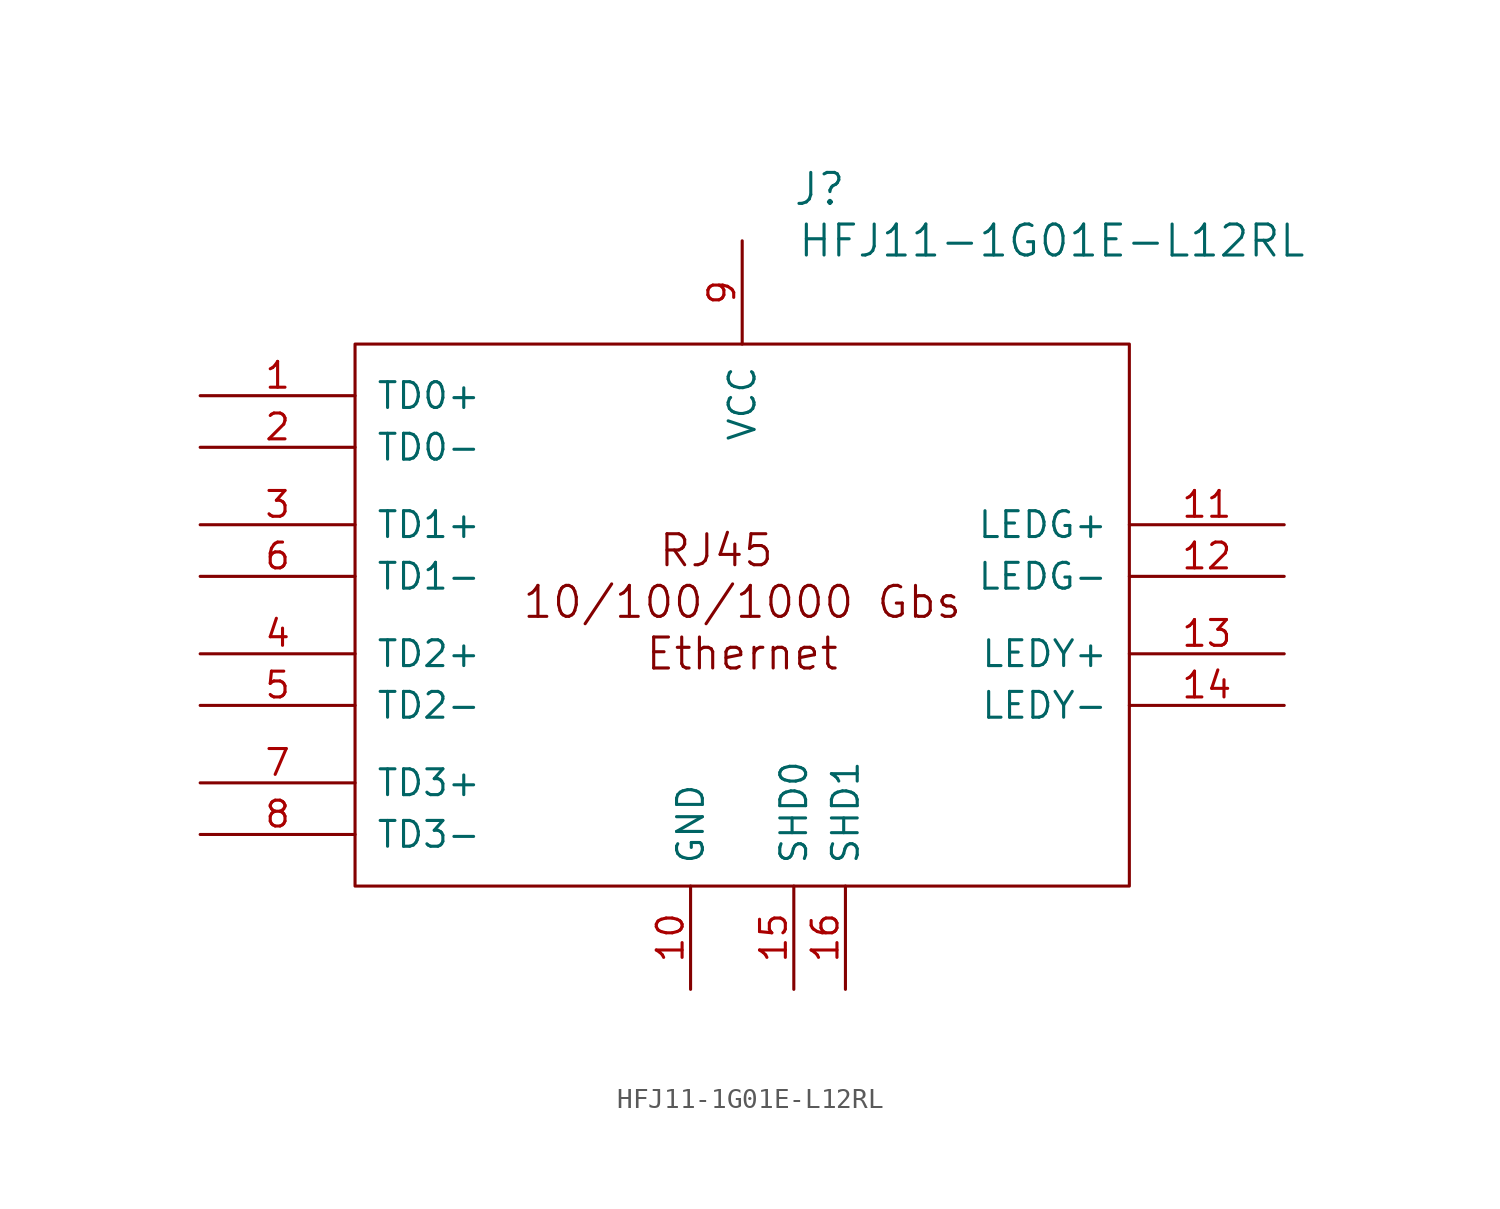
<source format=kicad_sym>
(kicad_symbol_lib
  (version 20211014)
  (generator kicad_symbol_editor)
  (symbol "HFJ11-1G01E-L12RL"
    (pin_names
      (offset 1.016))
    (property "Reference" "J"
      (at 30.48 10.16 0)
      (effects (font (size 1.524 1.524))))
    (property "Value" "HFJ11-1G01E-L12RL"
      (at 41.91 7.62 0)
      (effects (font (size 1.524 1.524))))
    (property "Datasheet" ""
      (at 0 0 0)
      (effects (font (size 1.524 1.524))))
    (property "Height" ""
      (at 0 0 0)
      (effects (font (size 1.27 1.27))))
    (symbol "HFJ11-1G01E-L12RL_0_0"
      (rectangle (start 7.62 2.54) (end 45.72 -24.13) (stroke (width 0) (type default) (color 0 0 0 0)) (fill (type none)))
      (text "10/100/1000 Gbs" (at 26.67 -10.16 0) (effects (font (size 1.524 1.524))))
      (text "Ethernet" (at 26.67 -12.7 0) (effects (font (size 1.524 1.524))))
      (text "RJ45" (at 25.4 -7.62 0) (effects (font (size 1.524 1.524)))))
    (symbol "HFJ11-1G01E-L12RL_1_1"
      (pin passive line (at 0 0 0) (length 7.62) (name "TD0+" (effects (font (size 1.27 1.27)))) (number "1" (effects (font (size 1.27 1.27)))))
      (pin power_out line (at 24.13 -29.21 90) (length 5.08) (name "GND" (effects (font (size 1.27 1.27)))) (number "10" (effects (font (size 1.27 1.27)))))
      (pin passive line (at 53.34 -6.35 180) (length 7.62) (name "LEDG+" (effects (font (size 1.27 1.27)))) (number "11" (effects (font (size 1.27 1.27)))))
      (pin passive line (at 53.34 -8.89 180) (length 7.62) (name "LEDG-" (effects (font (size 1.27 1.27)))) (number "12" (effects (font (size 1.27 1.27)))))
      (pin passive line (at 53.34 -12.7 180) (length 7.62) (name "LEDY+" (effects (font (size 1.27 1.27)))) (number "13" (effects (font (size 1.27 1.27)))))
      (pin passive line (at 53.34 -15.24 180) (length 7.62) (name "LEDY-" (effects (font (size 1.27 1.27)))) (number "14" (effects (font (size 1.27 1.27)))))
      (pin power_out line (at 29.21 -29.21 90) (length 5.08) (name "SHD0" (effects (font (size 1.27 1.27)))) (number "15" (effects (font (size 1.27 1.27)))))
      (pin power_out line (at 31.75 -29.21 90) (length 5.08) (name "SHD1" (effects (font (size 1.27 1.27)))) (number "16" (effects (font (size 1.27 1.27)))))
      (pin passive line (at 0 -2.54 0) (length 7.62) (name "TD0-" (effects (font (size 1.27 1.27)))) (number "2" (effects (font (size 1.27 1.27)))))
      (pin passive line (at 0 -6.35 0) (length 7.62) (name "TD1+" (effects (font (size 1.27 1.27)))) (number "3" (effects (font (size 1.27 1.27)))))
      (pin passive line (at 0 -12.7 0) (length 7.62) (name "TD2+" (effects (font (size 1.27 1.27)))) (number "4" (effects (font (size 1.27 1.27)))))
      (pin passive line (at 0 -15.24 0) (length 7.62) (name "TD2-" (effects (font (size 1.27 1.27)))) (number "5" (effects (font (size 1.27 1.27)))))
      (pin passive line (at 0 -8.89 0) (length 7.62) (name "TD1-" (effects (font (size 1.27 1.27)))) (number "6" (effects (font (size 1.27 1.27)))))
      (pin passive line (at 0 -19.05 0) (length 7.62) (name "TD3+" (effects (font (size 1.27 1.27)))) (number "7" (effects (font (size 1.27 1.27)))))
      (pin passive line (at 0 -21.59 0) (length 7.62) (name "TD3-" (effects (font (size 1.27 1.27)))) (number "8" (effects (font (size 1.27 1.27)))))
      (pin power_out line (at 26.67 7.62 270) (length 5.08) (name "VCC" (effects (font (size 1.27 1.27)))) (number "9" (effects (font (size 1.27 1.27))))))))
</source>
